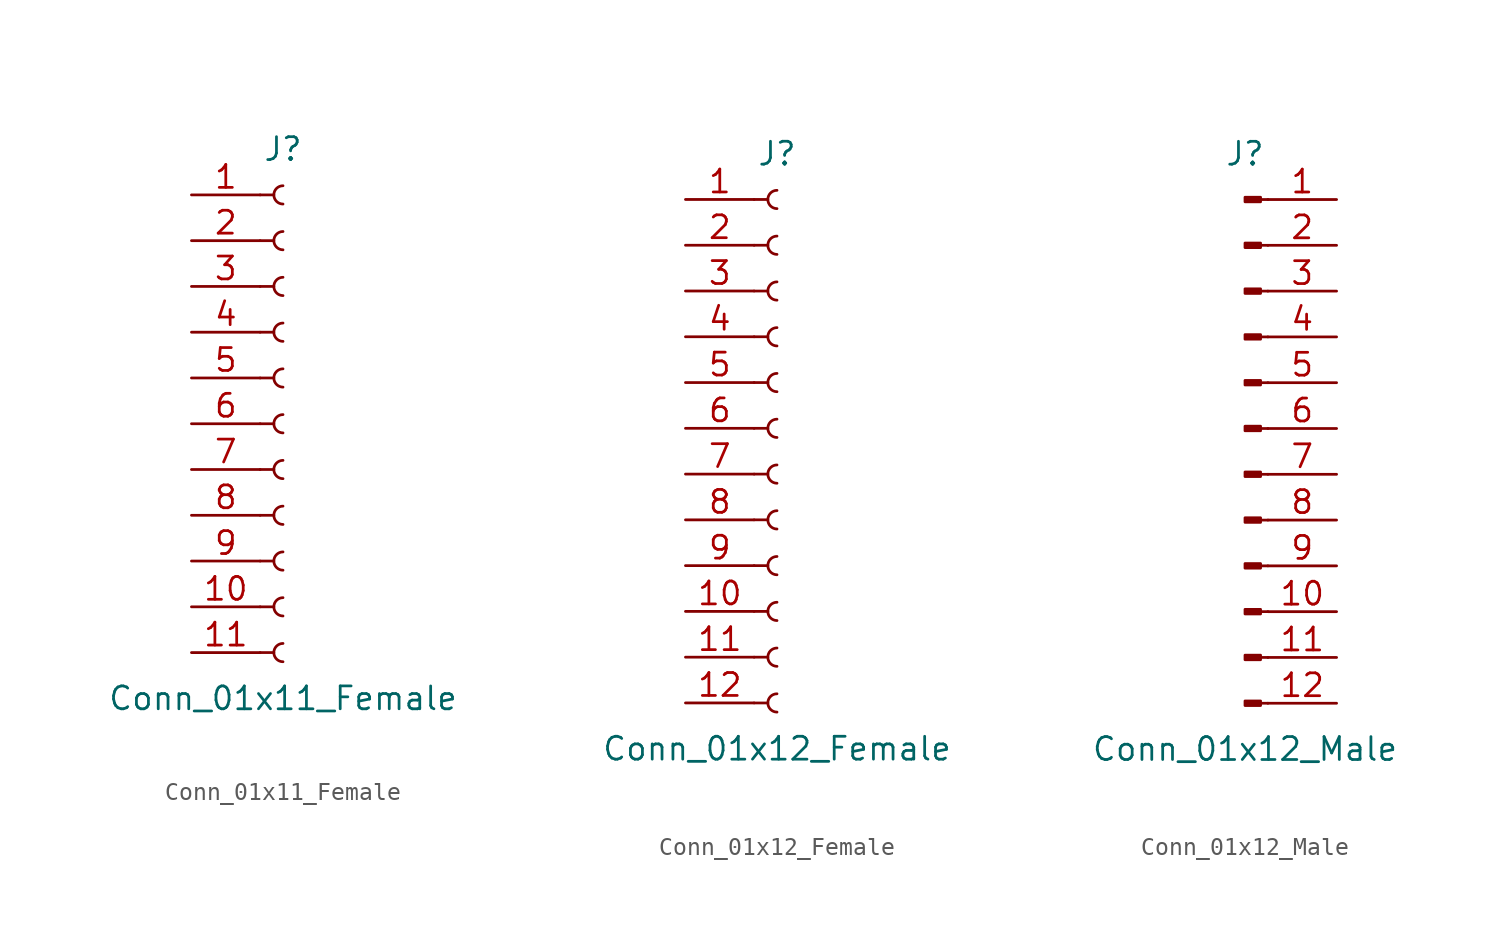
<source format=kicad_sym>
(kicad_symbol_lib
  (version 20201005)
  (generator kicad_symbol_editor)
  (symbol "Connector:Conn_01x11_Female"
    (pin_names
      (offset 1.016) hide)
    (property "Reference" "J"
      (at 0 15.24 0)
      (effects (font (size 1.27 1.27))))
    (property "Value" "Conn_01x11_Female"
      (at 0 -15.24 0)
      (effects (font (size 1.27 1.27))))
    (symbol "Conn_01x11_Female_1_1"
      (arc (start 0 -12.192) (end 0 -13.208) (radius (at 0 -12.7) (length 0.508) (angles 90.1 -90.1)) (stroke (width 0.1524)) (fill (type none)))
      (arc (start 0 -9.652) (end 0 -10.668) (radius (at 0 -10.16) (length 0.508) (angles 90.1 -90.1)) (stroke (width 0.1524)) (fill (type none)))
      (arc (start 0 -7.112) (end 0 -8.128) (radius (at 0 -7.62) (length 0.508) (angles 90.1 -90.1)) (stroke (width 0.1524)) (fill (type none)))
      (arc (start 0 -4.572) (end 0 -5.588) (radius (at 0 -5.08) (length 0.508) (angles 90.1 -90.1)) (stroke (width 0.1524)) (fill (type none)))
      (arc (start 0 -2.032) (end 0 -3.048) (radius (at 0 -2.54) (length 0.508) (angles 90.1 -90.1)) (stroke (width 0.1524)) (fill (type none)))
      (arc (start 0 0.508) (end 0 -0.508) (radius (at 0 0) (length 0.508) (angles 90.1 -90.1)) (stroke (width 0.1524)) (fill (type none)))
      (arc (start 0 3.048) (end 0 2.032) (radius (at 0 2.54) (length 0.508) (angles 90.1 -90.1)) (stroke (width 0.1524)) (fill (type none)))
      (arc (start 0 5.588) (end 0 4.572) (radius (at 0 5.08) (length 0.508) (angles 90.1 -90.1)) (stroke (width 0.1524)) (fill (type none)))
      (arc (start 0 8.128) (end 0 7.112) (radius (at 0 7.62) (length 0.508) (angles 90.1 -90.1)) (stroke (width 0.1524)) (fill (type none)))
      (arc (start 0 10.668) (end 0 9.652) (radius (at 0 10.16) (length 0.508) (angles 90.1 -90.1)) (stroke (width 0.1524)) (fill (type none)))
      (arc (start 0 13.208) (end 0 12.192) (radius (at 0 12.7) (length 0.508) (angles 90.1 -90.1)) (stroke (width 0.1524)) (fill (type none)))
      (polyline (pts (xy -1.27 -12.7) (xy -0.508 -12.7)) (stroke (width 0.152)) (fill (type none)))
      (polyline (pts (xy -1.27 -10.16) (xy -0.508 -10.16)) (stroke (width 0.152)) (fill (type none)))
      (polyline (pts (xy -1.27 -7.62) (xy -0.508 -7.62)) (stroke (width 0.152)) (fill (type none)))
      (polyline (pts (xy -1.27 -5.08) (xy -0.508 -5.08)) (stroke (width 0.152)) (fill (type none)))
      (polyline (pts (xy -1.27 -2.54) (xy -0.508 -2.54)) (stroke (width 0.152)) (fill (type none)))
      (polyline (pts (xy -1.27 0) (xy -0.508 0)) (stroke (width 0.152)) (fill (type none)))
      (polyline (pts (xy -1.27 2.54) (xy -0.508 2.54)) (stroke (width 0.152)) (fill (type none)))
      (polyline (pts (xy -1.27 5.08) (xy -0.508 5.08)) (stroke (width 0.152)) (fill (type none)))
      (polyline (pts (xy -1.27 7.62) (xy -0.508 7.62)) (stroke (width 0.152)) (fill (type none)))
      (polyline (pts (xy -1.27 10.16) (xy -0.508 10.16)) (stroke (width 0.152)) (fill (type none)))
      (polyline (pts (xy -1.27 12.7) (xy -0.508 12.7)) (stroke (width 0.152)) (fill (type none)))
      (pin passive line (at -5.08 12.7 0) (length 3.81) (name "Pin_1" (effects (font (size 1.27 1.27)))) (number "1" (effects (font (size 1.27 1.27)))))
      (pin passive line (at -5.08 -10.16 0) (length 3.81) (name "Pin_10" (effects (font (size 1.27 1.27)))) (number "10" (effects (font (size 1.27 1.27)))))
      (pin passive line (at -5.08 -12.7 0) (length 3.81) (name "Pin_11" (effects (font (size 1.27 1.27)))) (number "11" (effects (font (size 1.27 1.27)))))
      (pin passive line (at -5.08 10.16 0) (length 3.81) (name "Pin_2" (effects (font (size 1.27 1.27)))) (number "2" (effects (font (size 1.27 1.27)))))
      (pin passive line (at -5.08 7.62 0) (length 3.81) (name "Pin_3" (effects (font (size 1.27 1.27)))) (number "3" (effects (font (size 1.27 1.27)))))
      (pin passive line (at -5.08 5.08 0) (length 3.81) (name "Pin_4" (effects (font (size 1.27 1.27)))) (number "4" (effects (font (size 1.27 1.27)))))
      (pin passive line (at -5.08 2.54 0) (length 3.81) (name "Pin_5" (effects (font (size 1.27 1.27)))) (number "5" (effects (font (size 1.27 1.27)))))
      (pin passive line (at -5.08 0 0) (length 3.81) (name "Pin_6" (effects (font (size 1.27 1.27)))) (number "6" (effects (font (size 1.27 1.27)))))
      (pin passive line (at -5.08 -2.54 0) (length 3.81) (name "Pin_7" (effects (font (size 1.27 1.27)))) (number "7" (effects (font (size 1.27 1.27)))))
      (pin passive line (at -5.08 -5.08 0) (length 3.81) (name "Pin_8" (effects (font (size 1.27 1.27)))) (number "8" (effects (font (size 1.27 1.27)))))
      (pin passive line (at -5.08 -7.62 0) (length 3.81) (name "Pin_9" (effects (font (size 1.27 1.27)))) (number "9" (effects (font (size 1.27 1.27)))))))
  (symbol "Connector:Conn_01x12_Female"
    (pin_names
      (offset 1.016) hide)
    (property "Reference" "J"
      (at 0 15.24 0)
      (effects (font (size 1.27 1.27))))
    (property "Value" "Conn_01x12_Female"
      (at 0 -17.78 0)
      (effects (font (size 1.27 1.27))))
    (symbol "Conn_01x12_Female_1_1"
      (arc (start 0 -14.732) (end 0 -15.748) (radius (at 0 -15.24) (length 0.508) (angles 90.1 -90.1)) (stroke (width 0.1524)) (fill (type none)))
      (arc (start 0 -12.192) (end 0 -13.208) (radius (at 0 -12.7) (length 0.508) (angles 90.1 -90.1)) (stroke (width 0.1524)) (fill (type none)))
      (arc (start 0 -9.652) (end 0 -10.668) (radius (at 0 -10.16) (length 0.508) (angles 90.1 -90.1)) (stroke (width 0.1524)) (fill (type none)))
      (arc (start 0 -7.112) (end 0 -8.128) (radius (at 0 -7.62) (length 0.508) (angles 90.1 -90.1)) (stroke (width 0.1524)) (fill (type none)))
      (arc (start 0 -4.572) (end 0 -5.588) (radius (at 0 -5.08) (length 0.508) (angles 90.1 -90.1)) (stroke (width 0.1524)) (fill (type none)))
      (arc (start 0 -2.032) (end 0 -3.048) (radius (at 0 -2.54) (length 0.508) (angles 90.1 -90.1)) (stroke (width 0.1524)) (fill (type none)))
      (arc (start 0 0.508) (end 0 -0.508) (radius (at 0 0) (length 0.508) (angles 90.1 -90.1)) (stroke (width 0.1524)) (fill (type none)))
      (arc (start 0 3.048) (end 0 2.032) (radius (at 0 2.54) (length 0.508) (angles 90.1 -90.1)) (stroke (width 0.1524)) (fill (type none)))
      (arc (start 0 5.588) (end 0 4.572) (radius (at 0 5.08) (length 0.508) (angles 90.1 -90.1)) (stroke (width 0.1524)) (fill (type none)))
      (arc (start 0 8.128) (end 0 7.112) (radius (at 0 7.62) (length 0.508) (angles 90.1 -90.1)) (stroke (width 0.1524)) (fill (type none)))
      (arc (start 0 10.668) (end 0 9.652) (radius (at 0 10.16) (length 0.508) (angles 90.1 -90.1)) (stroke (width 0.1524)) (fill (type none)))
      (arc (start 0 13.208) (end 0 12.192) (radius (at 0 12.7) (length 0.508) (angles 90.1 -90.1)) (stroke (width 0.1524)) (fill (type none)))
      (polyline (pts (xy -1.27 -15.24) (xy -0.508 -15.24)) (stroke (width 0.152)) (fill (type none)))
      (polyline (pts (xy -1.27 -12.7) (xy -0.508 -12.7)) (stroke (width 0.152)) (fill (type none)))
      (polyline (pts (xy -1.27 -10.16) (xy -0.508 -10.16)) (stroke (width 0.152)) (fill (type none)))
      (polyline (pts (xy -1.27 -7.62) (xy -0.508 -7.62)) (stroke (width 0.152)) (fill (type none)))
      (polyline (pts (xy -1.27 -5.08) (xy -0.508 -5.08)) (stroke (width 0.152)) (fill (type none)))
      (polyline (pts (xy -1.27 -2.54) (xy -0.508 -2.54)) (stroke (width 0.152)) (fill (type none)))
      (polyline (pts (xy -1.27 0) (xy -0.508 0)) (stroke (width 0.152)) (fill (type none)))
      (polyline (pts (xy -1.27 2.54) (xy -0.508 2.54)) (stroke (width 0.152)) (fill (type none)))
      (polyline (pts (xy -1.27 5.08) (xy -0.508 5.08)) (stroke (width 0.152)) (fill (type none)))
      (polyline (pts (xy -1.27 7.62) (xy -0.508 7.62)) (stroke (width 0.152)) (fill (type none)))
      (polyline (pts (xy -1.27 10.16) (xy -0.508 10.16)) (stroke (width 0.152)) (fill (type none)))
      (polyline (pts (xy -1.27 12.7) (xy -0.508 12.7)) (stroke (width 0.152)) (fill (type none)))
      (pin passive line (at -5.08 12.7 0) (length 3.81) (name "Pin_1" (effects (font (size 1.27 1.27)))) (number "1" (effects (font (size 1.27 1.27)))))
      (pin passive line (at -5.08 -10.16 0) (length 3.81) (name "Pin_10" (effects (font (size 1.27 1.27)))) (number "10" (effects (font (size 1.27 1.27)))))
      (pin passive line (at -5.08 -12.7 0) (length 3.81) (name "Pin_11" (effects (font (size 1.27 1.27)))) (number "11" (effects (font (size 1.27 1.27)))))
      (pin passive line (at -5.08 -15.24 0) (length 3.81) (name "Pin_12" (effects (font (size 1.27 1.27)))) (number "12" (effects (font (size 1.27 1.27)))))
      (pin passive line (at -5.08 10.16 0) (length 3.81) (name "Pin_2" (effects (font (size 1.27 1.27)))) (number "2" (effects (font (size 1.27 1.27)))))
      (pin passive line (at -5.08 7.62 0) (length 3.81) (name "Pin_3" (effects (font (size 1.27 1.27)))) (number "3" (effects (font (size 1.27 1.27)))))
      (pin passive line (at -5.08 5.08 0) (length 3.81) (name "Pin_4" (effects (font (size 1.27 1.27)))) (number "4" (effects (font (size 1.27 1.27)))))
      (pin passive line (at -5.08 2.54 0) (length 3.81) (name "Pin_5" (effects (font (size 1.27 1.27)))) (number "5" (effects (font (size 1.27 1.27)))))
      (pin passive line (at -5.08 0 0) (length 3.81) (name "Pin_6" (effects (font (size 1.27 1.27)))) (number "6" (effects (font (size 1.27 1.27)))))
      (pin passive line (at -5.08 -2.54 0) (length 3.81) (name "Pin_7" (effects (font (size 1.27 1.27)))) (number "7" (effects (font (size 1.27 1.27)))))
      (pin passive line (at -5.08 -5.08 0) (length 3.81) (name "Pin_8" (effects (font (size 1.27 1.27)))) (number "8" (effects (font (size 1.27 1.27)))))
      (pin passive line (at -5.08 -7.62 0) (length 3.81) (name "Pin_9" (effects (font (size 1.27 1.27)))) (number "9" (effects (font (size 1.27 1.27)))))))
  (symbol "Connector:Conn_01x12_Male"
    (pin_names
      (offset 1.016) hide)
    (property "Reference" "J"
      (at 0 15.24 0)
      (effects (font (size 1.27 1.27))))
    (property "Value" "Conn_01x12_Male"
      (at 0 -17.78 0)
      (effects (font (size 1.27 1.27))))
    (symbol "Conn_01x12_Male_1_1"
      (rectangle (start 0.864 -15.113) (end 0 -15.367) (stroke (width 0.152)) (fill (type outline)))
      (rectangle (start 0.864 -12.573) (end 0 -12.827) (stroke (width 0.152)) (fill (type outline)))
      (rectangle (start 0.864 -10.033) (end 0 -10.287) (stroke (width 0.152)) (fill (type outline)))
      (rectangle (start 0.864 -7.493) (end 0 -7.747) (stroke (width 0.152)) (fill (type outline)))
      (rectangle (start 0.864 -4.953) (end 0 -5.207) (stroke (width 0.152)) (fill (type outline)))
      (rectangle (start 0.864 -2.413) (end 0 -2.667) (stroke (width 0.152)) (fill (type outline)))
      (rectangle (start 0.864 0.127) (end 0 -0.127) (stroke (width 0.152)) (fill (type outline)))
      (rectangle (start 0.864 2.667) (end 0 2.413) (stroke (width 0.152)) (fill (type outline)))
      (rectangle (start 0.864 5.207) (end 0 4.953) (stroke (width 0.152)) (fill (type outline)))
      (rectangle (start 0.864 7.747) (end 0 7.493) (stroke (width 0.152)) (fill (type outline)))
      (rectangle (start 0.864 10.287) (end 0 10.033) (stroke (width 0.152)) (fill (type outline)))
      (rectangle (start 0.864 12.827) (end 0 12.573) (stroke (width 0.152)) (fill (type outline)))
      (polyline (pts (xy 1.27 -15.24) (xy 0.864 -15.24)) (stroke (width 0.152)) (fill (type none)))
      (polyline (pts (xy 1.27 -12.7) (xy 0.864 -12.7)) (stroke (width 0.152)) (fill (type none)))
      (polyline (pts (xy 1.27 -10.16) (xy 0.864 -10.16)) (stroke (width 0.152)) (fill (type none)))
      (polyline (pts (xy 1.27 -7.62) (xy 0.864 -7.62)) (stroke (width 0.152)) (fill (type none)))
      (polyline (pts (xy 1.27 -5.08) (xy 0.864 -5.08)) (stroke (width 0.152)) (fill (type none)))
      (polyline (pts (xy 1.27 -2.54) (xy 0.864 -2.54)) (stroke (width 0.152)) (fill (type none)))
      (polyline (pts (xy 1.27 0) (xy 0.864 0)) (stroke (width 0.152)) (fill (type none)))
      (polyline (pts (xy 1.27 2.54) (xy 0.864 2.54)) (stroke (width 0.152)) (fill (type none)))
      (polyline (pts (xy 1.27 5.08) (xy 0.864 5.08)) (stroke (width 0.152)) (fill (type none)))
      (polyline (pts (xy 1.27 7.62) (xy 0.864 7.62)) (stroke (width 0.152)) (fill (type none)))
      (polyline (pts (xy 1.27 10.16) (xy 0.864 10.16)) (stroke (width 0.152)) (fill (type none)))
      (polyline (pts (xy 1.27 12.7) (xy 0.864 12.7)) (stroke (width 0.152)) (fill (type none)))
      (pin passive line (at 5.08 12.7 180) (length 3.81) (name "Pin_1" (effects (font (size 1.27 1.27)))) (number "1" (effects (font (size 1.27 1.27)))))
      (pin passive line (at 5.08 -10.16 180) (length 3.81) (name "Pin_10" (effects (font (size 1.27 1.27)))) (number "10" (effects (font (size 1.27 1.27)))))
      (pin passive line (at 5.08 -12.7 180) (length 3.81) (name "Pin_11" (effects (font (size 1.27 1.27)))) (number "11" (effects (font (size 1.27 1.27)))))
      (pin passive line (at 5.08 -15.24 180) (length 3.81) (name "Pin_12" (effects (font (size 1.27 1.27)))) (number "12" (effects (font (size 1.27 1.27)))))
      (pin passive line (at 5.08 10.16 180) (length 3.81) (name "Pin_2" (effects (font (size 1.27 1.27)))) (number "2" (effects (font (size 1.27 1.27)))))
      (pin passive line (at 5.08 7.62 180) (length 3.81) (name "Pin_3" (effects (font (size 1.27 1.27)))) (number "3" (effects (font (size 1.27 1.27)))))
      (pin passive line (at 5.08 5.08 180) (length 3.81) (name "Pin_4" (effects (font (size 1.27 1.27)))) (number "4" (effects (font (size 1.27 1.27)))))
      (pin passive line (at 5.08 2.54 180) (length 3.81) (name "Pin_5" (effects (font (size 1.27 1.27)))) (number "5" (effects (font (size 1.27 1.27)))))
      (pin passive line (at 5.08 0 180) (length 3.81) (name "Pin_6" (effects (font (size 1.27 1.27)))) (number "6" (effects (font (size 1.27 1.27)))))
      (pin passive line (at 5.08 -2.54 180) (length 3.81) (name "Pin_7" (effects (font (size 1.27 1.27)))) (number "7" (effects (font (size 1.27 1.27)))))
      (pin passive line (at 5.08 -5.08 180) (length 3.81) (name "Pin_8" (effects (font (size 1.27 1.27)))) (number "8" (effects (font (size 1.27 1.27)))))
      (pin passive line (at 5.08 -7.62 180) (length 3.81) (name "Pin_9" (effects (font (size 1.27 1.27)))) (number "9" (effects (font (size 1.27 1.27))))))))
</source>
